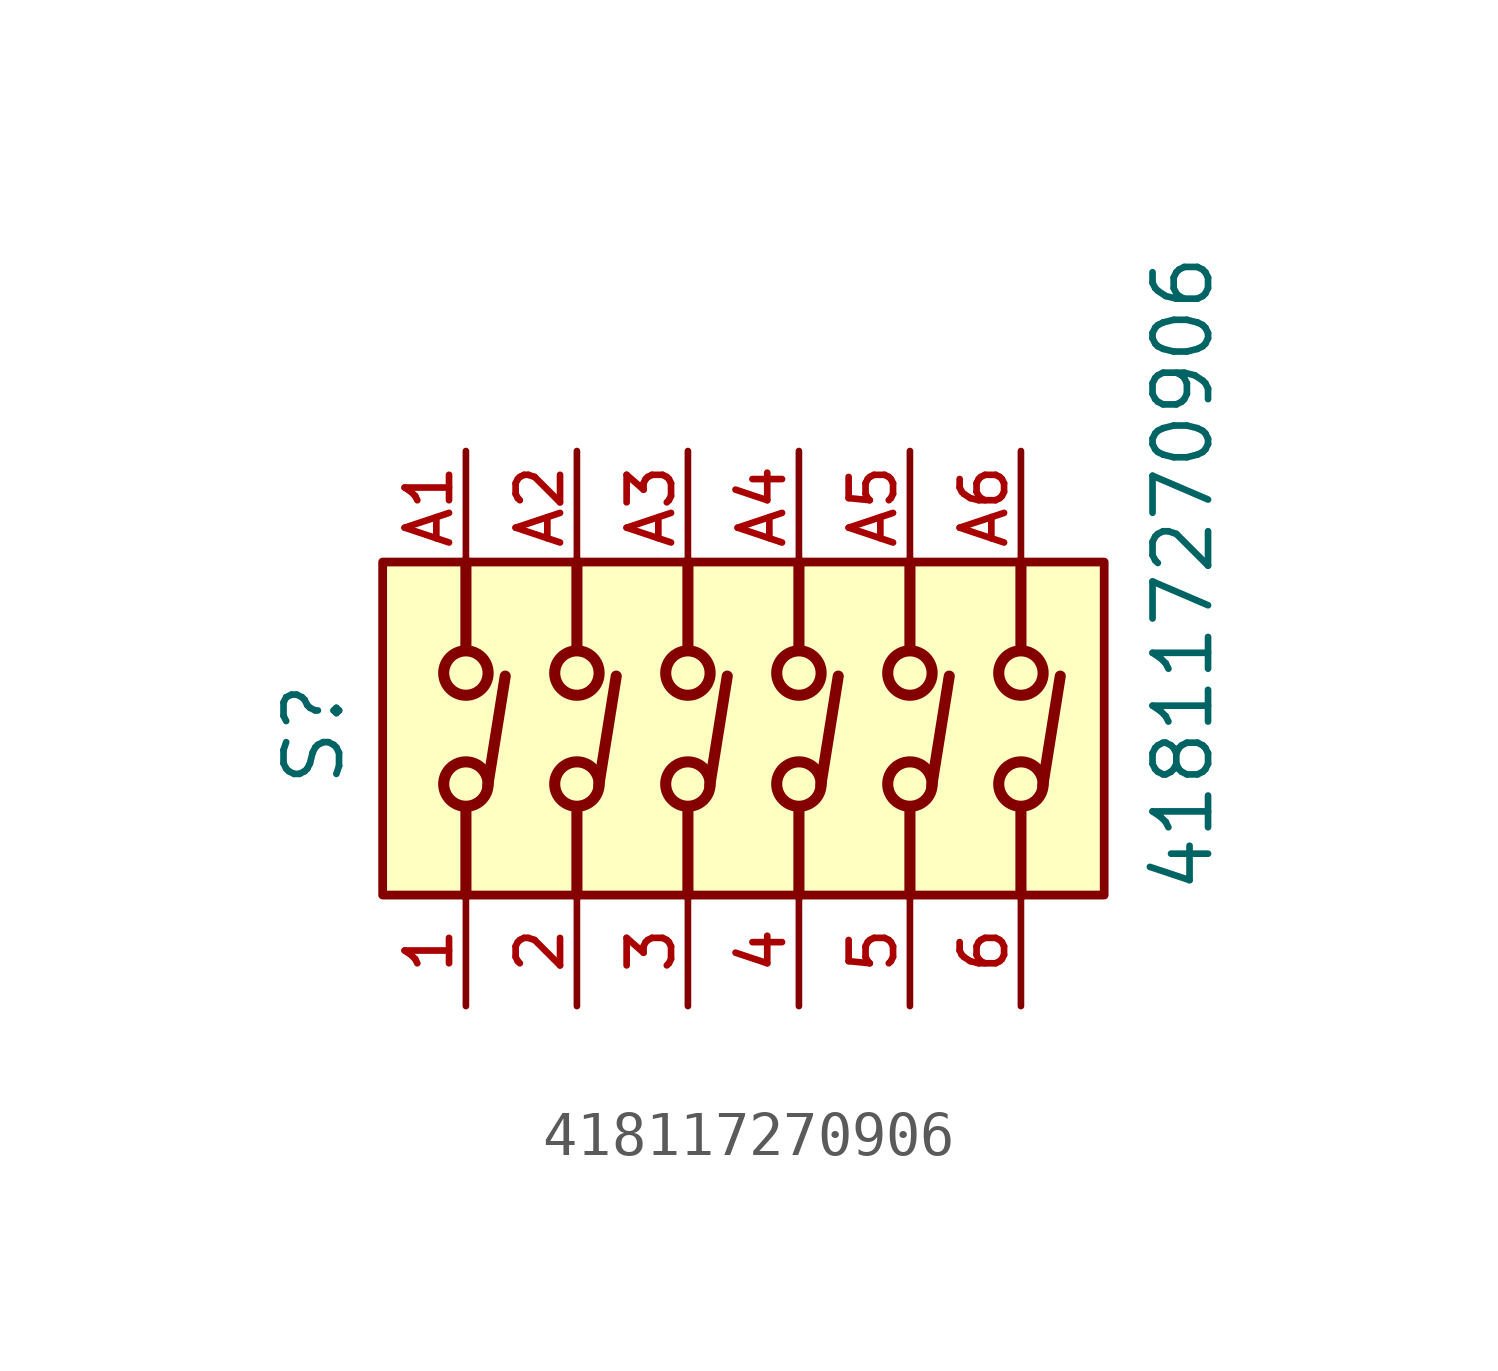
<source format=kicad_sym>
(kicad_symbol_lib
  (version 20211014)
  (generator kicad_symbol_editor)
  (symbol "418117270906"
    (pin_names
      (offset 1.016))
    (property "Reference" "S"
      (at -10.36 1.14 90.0)
      (effects (font (size 1.27 1.27)) (justify bottom)))
    (property "Value" "418117270906"
      (at 9.525 -2.54 90.0)
      (effects (font (size 1.27 1.27)) (justify bottom left)))
    (symbol "418117270906_0_0"
      (polyline (pts (xy -7.62 -2.54) (xy -7.62 -0.535)) (stroke (width 0.254)))
      (polyline (pts (xy -7.62 5.08) (xy -7.62 3.075)) (stroke (width 0.254)))
      (polyline (pts (xy -7.12 -0.03) (xy -6.72 2.47)) (stroke (width 0.254)))
      (polyline (pts (xy -5.08 -2.54) (xy -5.08 -0.535)) (stroke (width 0.254)))
      (polyline (pts (xy -5.08 5.08) (xy -5.08 3.075)) (stroke (width 0.254)))
      (polyline (pts (xy -4.58 -0.03) (xy -4.18 2.47)) (stroke (width 0.254)))
      (polyline (pts (xy -2.54 -2.54) (xy -2.54 -0.535)) (stroke (width 0.254)))
      (polyline (pts (xy -2.54 5.08) (xy -2.54 3.075)) (stroke (width 0.254)))
      (polyline (pts (xy -2.04 -0.03) (xy -1.64 2.47)) (stroke (width 0.254)))
      (polyline (pts (xy 0.0 -2.54) (xy 0.0 -0.535)) (stroke (width 0.254)))
      (polyline (pts (xy 0.0 5.08) (xy 0.0 3.075)) (stroke (width 0.254)))
      (polyline (pts (xy 0.5 -0.03) (xy 0.9 2.47)) (stroke (width 0.254)))
      (polyline (pts (xy 2.54 -2.54) (xy 2.54 -0.535)) (stroke (width 0.254)))
      (polyline (pts (xy 2.54 5.08) (xy 2.54 3.075)) (stroke (width 0.254)))
      (polyline (pts (xy 3.04 -0.03) (xy 3.44 2.47)) (stroke (width 0.254)))
      (polyline (pts (xy 5.08 -2.54) (xy 5.08 -0.535)) (stroke (width 0.254)))
      (polyline (pts (xy 5.08 5.08) (xy 5.08 3.075)) (stroke (width 0.254)))
      (polyline (pts (xy 5.58 -0.03) (xy 5.98 2.47)) (stroke (width 0.254)))
      (circle (center -7.62 2.54) (radius 0.508) (stroke (width 0.254)) (fill (type none)))
      (circle (center -7.62 0.0) (radius 0.508) (stroke (width 0.254)) (fill (type none)))
      (circle (center -5.08 2.54) (radius 0.508) (stroke (width 0.254)) (fill (type none)))
      (circle (center -5.08 0.0) (radius 0.508) (stroke (width 0.254)) (fill (type none)))
      (circle (center -2.54 2.54) (radius 0.508) (stroke (width 0.254)) (fill (type none)))
      (circle (center -2.54 0.0) (radius 0.508) (stroke (width 0.254)) (fill (type none)))
      (circle (center 0.0 2.54) (radius 0.508) (stroke (width 0.254)) (fill (type none)))
      (circle (center 0.0 0.0) (radius 0.508) (stroke (width 0.254)) (fill (type none)))
      (circle (center 2.54 2.54) (radius 0.508) (stroke (width 0.254)) (fill (type none)))
      (circle (center 2.54 0.0) (radius 0.508) (stroke (width 0.254)) (fill (type none)))
      (circle (center 5.08 2.54) (radius 0.508) (stroke (width 0.254)) (fill (type none)))
      (circle (center 5.08 0.0) (radius 0.508) (stroke (width 0.254)) (fill (type none)))
      (rectangle (start -9.525 -2.54) (end 6.985 5.08) (stroke (width 0.2)) (fill (type background)))
      (pin passive line (at -7.62 -5.08 90.0) (length 2.54) (name "~" (effects (font (size 1.016 1.016)))) (number "1" (effects (font (size 1.016 1.016)))))
      (pin passive line (at -7.62 7.62 270.0) (length 2.54) (name "~" (effects (font (size 1.016 1.016)))) (number "A1" (effects (font (size 1.016 1.016)))))
      (pin passive line (at -5.08 -5.08 90.0) (length 2.54) (name "~" (effects (font (size 1.016 1.016)))) (number "2" (effects (font (size 1.016 1.016)))))
      (pin passive line (at -5.08 7.62 270.0) (length 2.54) (name "~" (effects (font (size 1.016 1.016)))) (number "A2" (effects (font (size 1.016 1.016)))))
      (pin passive line (at -2.54 -5.08 90.0) (length 2.54) (name "~" (effects (font (size 1.016 1.016)))) (number "3" (effects (font (size 1.016 1.016)))))
      (pin passive line (at -2.54 7.62 270.0) (length 2.54) (name "~" (effects (font (size 1.016 1.016)))) (number "A3" (effects (font (size 1.016 1.016)))))
      (pin passive line (at 0.0 -5.08 90.0) (length 2.54) (name "~" (effects (font (size 1.016 1.016)))) (number "4" (effects (font (size 1.016 1.016)))))
      (pin passive line (at 0.0 7.62 270.0) (length 2.54) (name "~" (effects (font (size 1.016 1.016)))) (number "A4" (effects (font (size 1.016 1.016)))))
      (pin passive line (at 2.54 -5.08 90.0) (length 2.54) (name "~" (effects (font (size 1.016 1.016)))) (number "5" (effects (font (size 1.016 1.016)))))
      (pin passive line (at 2.54 7.62 270.0) (length 2.54) (name "~" (effects (font (size 1.016 1.016)))) (number "A5" (effects (font (size 1.016 1.016)))))
      (pin passive line (at 5.08 -5.08 90.0) (length 2.54) (name "~" (effects (font (size 1.016 1.016)))) (number "6" (effects (font (size 1.016 1.016)))))
      (pin passive line (at 5.08 7.62 270.0) (length 2.54) (name "~" (effects (font (size 1.016 1.016)))) (number "A6" (effects (font (size 1.016 1.016))))))))
</source>
